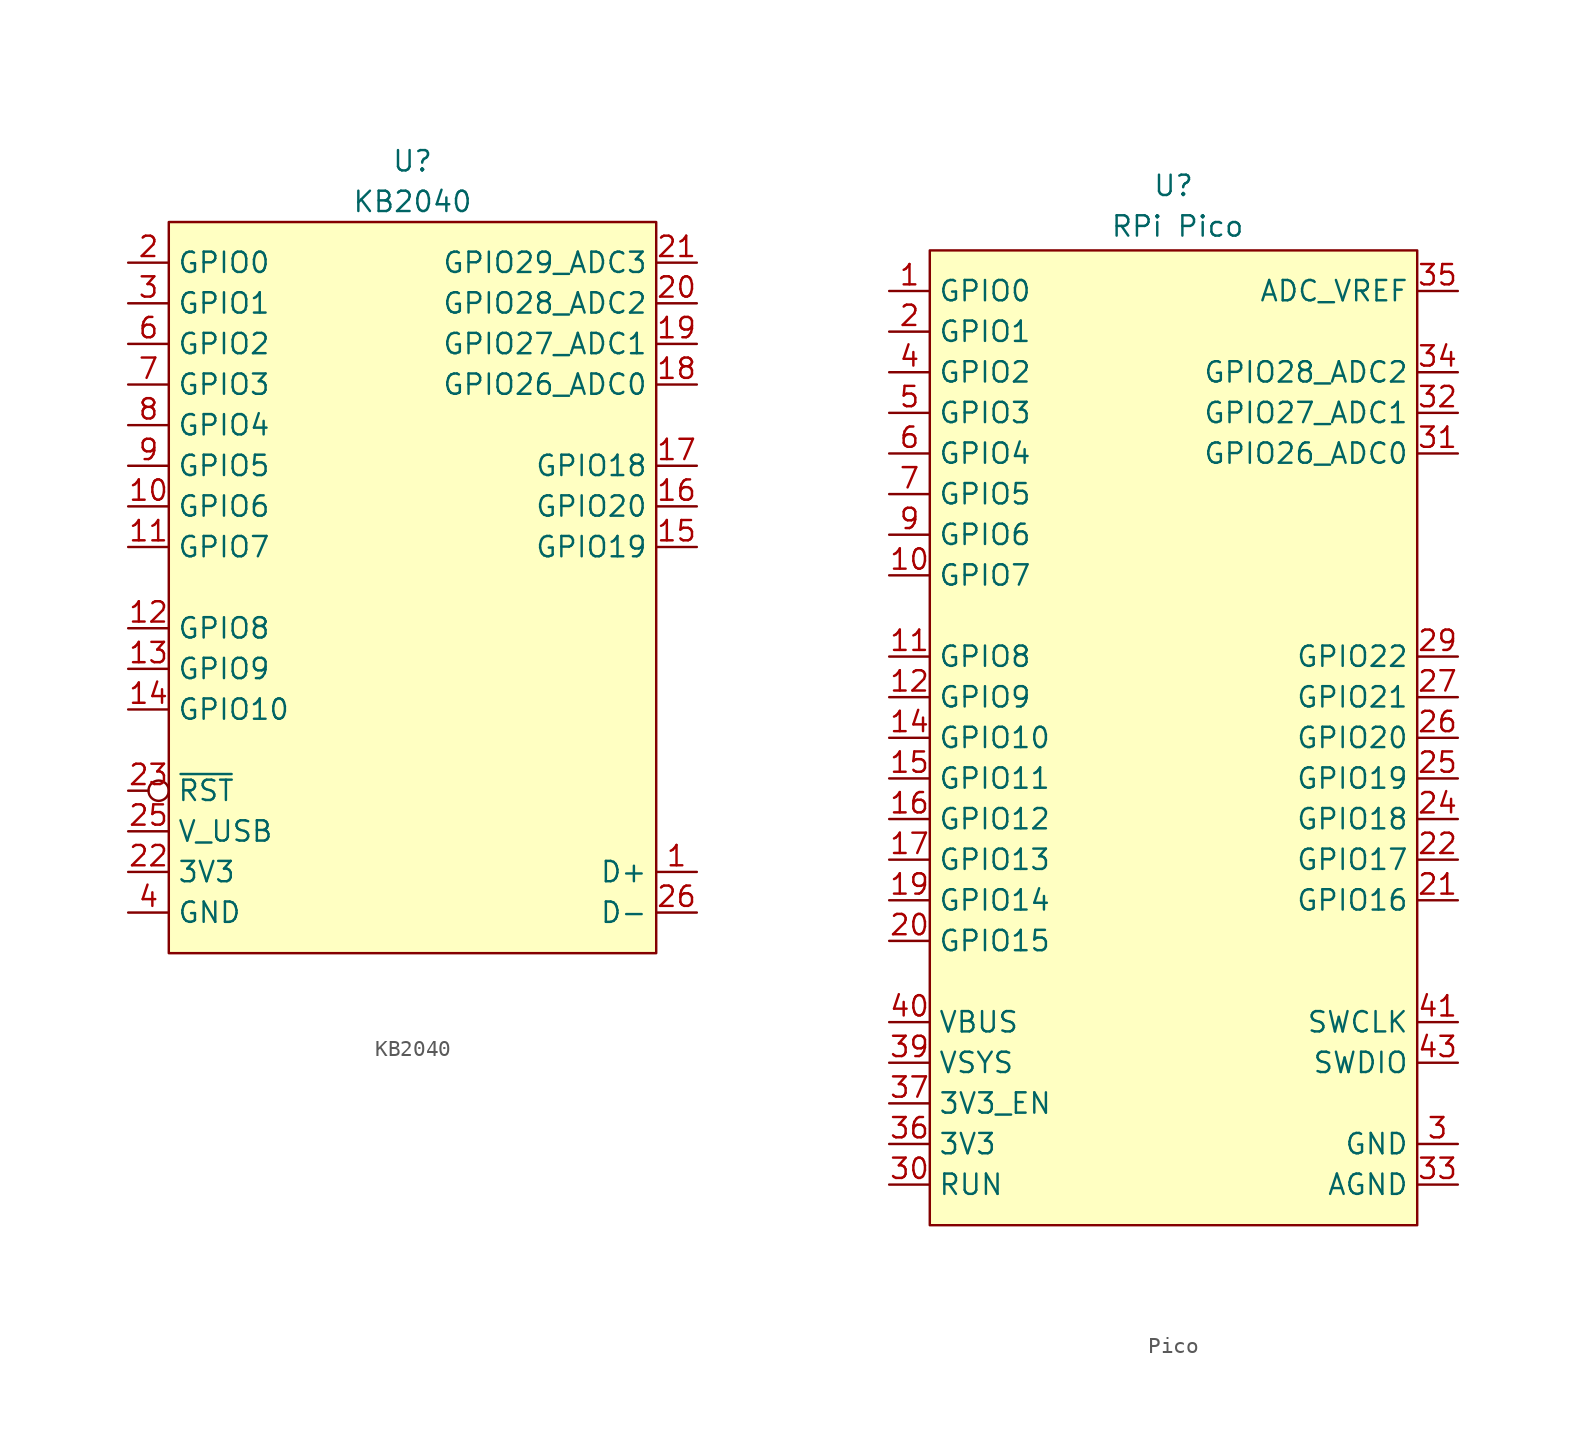
<source format=kicad_sym>
(kicad_symbol_lib
  (version 20231120)
  (generator "kicad_symbol_editor")
  (generator_version "8.0")
  (symbol "KB2040"
    (property "Reference" "U"
      (at 0 3.81 0)
      (effects (font (size 1.27 1.27))))
    (property "Value" "KB2040"
      (at 0 1.27 0)
      (effects (font (size 1.27 1.27))))
    (symbol "KB2040_0_1"
      (rectangle (start -15.24 0) (end 15.24 -45.72) (stroke (width 0) (type default)) (fill (type background))))
    (symbol "KB2040_1_1"
      (pin bidirectional line (at 17.78 -40.64 180) (length 2.54) (name "D+" (effects (font (size 1.27 1.27)))) (number "1" (effects (font (size 1.27 1.27)))))
      (pin bidirectional line (at -17.78 -17.78 0) (length 2.54) (name "GPIO6" (effects (font (size 1.27 1.27)))) (number "10" (effects (font (size 1.27 1.27)))))
      (pin bidirectional line (at -17.78 -20.32 0) (length 2.54) (name "GPIO7" (effects (font (size 1.27 1.27)))) (number "11" (effects (font (size 1.27 1.27)))))
      (pin bidirectional line (at -17.78 -25.4 0) (length 2.54) (name "GPIO8" (effects (font (size 1.27 1.27)))) (number "12" (effects (font (size 1.27 1.27)))))
      (pin bidirectional line (at -17.78 -27.94 0) (length 2.54) (name "GPIO9" (effects (font (size 1.27 1.27)))) (number "13" (effects (font (size 1.27 1.27)))))
      (pin bidirectional line (at -17.78 -30.48 0) (length 2.54) (name "GPIO10" (effects (font (size 1.27 1.27)))) (number "14" (effects (font (size 1.27 1.27)))))
      (pin bidirectional line (at 17.78 -20.32 180) (length 2.54) (name "GPIO19" (effects (font (size 1.27 1.27)))) (number "15" (effects (font (size 1.27 1.27)))))
      (pin bidirectional line (at 17.78 -17.78 180) (length 2.54) (name "GPIO20" (effects (font (size 1.27 1.27)))) (number "16" (effects (font (size 1.27 1.27)))))
      (pin bidirectional line (at 17.78 -15.24 180) (length 2.54) (name "GPIO18" (effects (font (size 1.27 1.27)))) (number "17" (effects (font (size 1.27 1.27)))))
      (pin bidirectional line (at 17.78 -10.16 180) (length 2.54) (name "GPIO26_ADC0" (effects (font (size 1.27 1.27)))) (number "18" (effects (font (size 1.27 1.27)))))
      (pin bidirectional line (at 17.78 -7.62 180) (length 2.54) (name "GPIO27_ADC1" (effects (font (size 1.27 1.27)))) (number "19" (effects (font (size 1.27 1.27)))))
      (pin bidirectional line (at -17.78 -2.54 0) (length 2.54) (name "GPIO0" (effects (font (size 1.27 1.27)))) (number "2" (effects (font (size 1.27 1.27)))))
      (pin bidirectional line (at 17.78 -5.08 180) (length 2.54) (name "GPIO28_ADC2" (effects (font (size 1.27 1.27)))) (number "20" (effects (font (size 1.27 1.27)))))
      (pin bidirectional line (at 17.78 -2.54 180) (length 2.54) (name "GPIO29_ADC3" (effects (font (size 1.27 1.27)))) (number "21" (effects (font (size 1.27 1.27)))))
      (pin power_in line (at -17.78 -40.64 0) (length 2.54) (name "3V3" (effects (font (size 1.27 1.27)))) (number "22" (effects (font (size 1.27 1.27)))))
      (pin input inverted (at -17.78 -35.56 0) (length 2.54) (name "~{RST}" (effects (font (size 1.27 1.27)))) (number "23" (effects (font (size 1.27 1.27)))))
      (pin passive line (at -17.78 -43.18 0) (length 2.54) hide (name "GND" (effects (font (size 1.27 1.27)))) (number "24" (effects (font (size 1.27 1.27)))))
      (pin power_out line (at -17.78 -38.1 0) (length 2.54) (name "V_USB" (effects (font (size 1.27 1.27)))) (number "25" (effects (font (size 1.27 1.27)))))
      (pin bidirectional line (at 17.78 -43.18 180) (length 2.54) (name "D-" (effects (font (size 1.27 1.27)))) (number "26" (effects (font (size 1.27 1.27)))))
      (pin bidirectional line (at -17.78 -5.08 0) (length 2.54) (name "GPIO1" (effects (font (size 1.27 1.27)))) (number "3" (effects (font (size 1.27 1.27)))))
      (pin power_in line (at -17.78 -43.18 0) (length 2.54) (name "GND" (effects (font (size 1.27 1.27)))) (number "4" (effects (font (size 1.27 1.27)))))
      (pin passive line (at -17.78 -43.18 0) (length 2.54) hide (name "GND" (effects (font (size 1.27 1.27)))) (number "5" (effects (font (size 1.27 1.27)))))
      (pin bidirectional line (at -17.78 -7.62 0) (length 2.54) (name "GPIO2" (effects (font (size 1.27 1.27)))) (number "6" (effects (font (size 1.27 1.27)))))
      (pin bidirectional line (at -17.78 -10.16 0) (length 2.54) (name "GPIO3" (effects (font (size 1.27 1.27)))) (number "7" (effects (font (size 1.27 1.27)))))
      (pin bidirectional line (at -17.78 -12.7 0) (length 2.54) (name "GPIO4" (effects (font (size 1.27 1.27)))) (number "8" (effects (font (size 1.27 1.27)))))
      (pin bidirectional line (at -17.78 -15.24 0) (length 2.54) (name "GPIO5" (effects (font (size 1.27 1.27)))) (number "9" (effects (font (size 1.27 1.27)))))))
  (symbol "Pico"
    (property "Reference" "U"
      (at 0 29.972 0)
      (effects (font (size 1.27 1.27)) (justify bottom)))
    (property "Value" "RPi Pico"
      (at 0.254 27.432 0)
      (effects (font (size 1.27 1.27)) (justify bottom)))
    (symbol "Pico_0_1"
      (rectangle (start -15.24 26.67) (end 15.24 -34.29) (stroke (width 0) (type default)) (fill (type background))))
    (symbol "Pico_1_1"
      (pin bidirectional line (at -17.78 24.13 0) (length 2.54) (name "GPIO0" (effects (font (size 1.27 1.27)))) (number "1" (effects (font (size 1.27 1.27)))))
      (pin bidirectional line (at -17.78 6.35 0) (length 2.54) (name "GPIO7" (effects (font (size 1.27 1.27)))) (number "10" (effects (font (size 1.27 1.27)))))
      (pin bidirectional line (at -17.78 1.27 0) (length 2.54) (name "GPIO8" (effects (font (size 1.27 1.27)))) (number "11" (effects (font (size 1.27 1.27)))))
      (pin bidirectional line (at -17.78 -1.27 0) (length 2.54) (name "GPIO9" (effects (font (size 1.27 1.27)))) (number "12" (effects (font (size 1.27 1.27)))))
      (pin passive line (at 17.78 -29.21 180) (length 2.54) hide (name "GND" (effects (font (size 1.27 1.27)))) (number "13" (effects (font (size 1.27 1.27)))))
      (pin bidirectional line (at -17.78 -3.81 0) (length 2.54) (name "GPIO10" (effects (font (size 1.27 1.27)))) (number "14" (effects (font (size 1.27 1.27)))))
      (pin bidirectional line (at -17.78 -6.35 0) (length 2.54) (name "GPIO11" (effects (font (size 1.27 1.27)))) (number "15" (effects (font (size 1.27 1.27)))))
      (pin bidirectional line (at -17.78 -8.89 0) (length 2.54) (name "GPIO12" (effects (font (size 1.27 1.27)))) (number "16" (effects (font (size 1.27 1.27)))))
      (pin bidirectional line (at -17.78 -11.43 0) (length 2.54) (name "GPIO13" (effects (font (size 1.27 1.27)))) (number "17" (effects (font (size 1.27 1.27)))))
      (pin passive line (at 17.78 -29.21 180) (length 2.54) hide (name "GND" (effects (font (size 1.27 1.27)))) (number "18" (effects (font (size 1.27 1.27)))))
      (pin bidirectional line (at -17.78 -13.97 0) (length 2.54) (name "GPIO14" (effects (font (size 1.27 1.27)))) (number "19" (effects (font (size 1.27 1.27)))))
      (pin bidirectional line (at -17.78 21.59 0) (length 2.54) (name "GPIO1" (effects (font (size 1.27 1.27)))) (number "2" (effects (font (size 1.27 1.27)))))
      (pin bidirectional line (at -17.78 -16.51 0) (length 2.54) (name "GPIO15" (effects (font (size 1.27 1.27)))) (number "20" (effects (font (size 1.27 1.27)))))
      (pin bidirectional line (at 17.78 -13.97 180) (length 2.54) (name "GPIO16" (effects (font (size 1.27 1.27)))) (number "21" (effects (font (size 1.27 1.27)))))
      (pin bidirectional line (at 17.78 -11.43 180) (length 2.54) (name "GPIO17" (effects (font (size 1.27 1.27)))) (number "22" (effects (font (size 1.27 1.27)))))
      (pin passive line (at 17.78 -29.21 180) (length 2.54) hide (name "GND" (effects (font (size 1.27 1.27)))) (number "23" (effects (font (size 1.27 1.27)))))
      (pin bidirectional line (at 17.78 -8.89 180) (length 2.54) (name "GPIO18" (effects (font (size 1.27 1.27)))) (number "24" (effects (font (size 1.27 1.27)))))
      (pin bidirectional line (at 17.78 -6.35 180) (length 2.54) (name "GPIO19" (effects (font (size 1.27 1.27)))) (number "25" (effects (font (size 1.27 1.27)))))
      (pin bidirectional line (at 17.78 -3.81 180) (length 2.54) (name "GPIO20" (effects (font (size 1.27 1.27)))) (number "26" (effects (font (size 1.27 1.27)))))
      (pin bidirectional line (at 17.78 -1.27 180) (length 2.54) (name "GPIO21" (effects (font (size 1.27 1.27)))) (number "27" (effects (font (size 1.27 1.27)))))
      (pin passive line (at 17.78 -29.21 180) (length 2.54) hide (name "GND" (effects (font (size 1.27 1.27)))) (number "28" (effects (font (size 1.27 1.27)))))
      (pin bidirectional line (at 17.78 1.27 180) (length 2.54) (name "GPIO22" (effects (font (size 1.27 1.27)))) (number "29" (effects (font (size 1.27 1.27)))))
      (pin passive line (at 17.78 -29.21 180) (length 2.54) (name "GND" (effects (font (size 1.27 1.27)))) (number "3" (effects (font (size 1.27 1.27)))))
      (pin input line (at -17.78 -31.75 0) (length 2.54) (name "RUN" (effects (font (size 1.27 1.27)))) (number "30" (effects (font (size 1.27 1.27)))))
      (pin bidirectional line (at 17.78 13.97 180) (length 2.54) (name "GPIO26_ADC0" (effects (font (size 1.27 1.27)))) (number "31" (effects (font (size 1.27 1.27)))))
      (pin bidirectional line (at 17.78 16.51 180) (length 2.54) (name "GPIO27_ADC1" (effects (font (size 1.27 1.27)))) (number "32" (effects (font (size 1.27 1.27)))))
      (pin passive line (at 17.78 -31.75 180) (length 2.54) (name "AGND" (effects (font (size 1.27 1.27)))) (number "33" (effects (font (size 1.27 1.27)))))
      (pin bidirectional line (at 17.78 19.05 180) (length 2.54) (name "GPIO28_ADC2" (effects (font (size 1.27 1.27)))) (number "34" (effects (font (size 1.27 1.27)))))
      (pin input line (at 17.78 24.13 180) (length 2.54) (name "ADC_VREF" (effects (font (size 1.27 1.27)))) (number "35" (effects (font (size 1.27 1.27)))))
      (pin power_in line (at -17.78 -29.21 0) (length 2.54) (name "3V3" (effects (font (size 1.27 1.27)))) (number "36" (effects (font (size 1.27 1.27)))))
      (pin input line (at -17.78 -26.67 0) (length 2.54) (name "3V3_EN" (effects (font (size 1.27 1.27)))) (number "37" (effects (font (size 1.27 1.27)))))
      (pin passive line (at 17.78 -29.21 180) (length 2.54) hide (name "GND" (effects (font (size 1.27 1.27)))) (number "38" (effects (font (size 1.27 1.27)))))
      (pin power_in line (at -17.78 -24.13 0) (length 2.54) (name "VSYS" (effects (font (size 1.27 1.27)))) (number "39" (effects (font (size 1.27 1.27)))))
      (pin bidirectional line (at -17.78 19.05 0) (length 2.54) (name "GPIO2" (effects (font (size 1.27 1.27)))) (number "4" (effects (font (size 1.27 1.27)))))
      (pin power_in line (at -17.78 -21.59 0) (length 2.54) (name "VBUS" (effects (font (size 1.27 1.27)))) (number "40" (effects (font (size 1.27 1.27)))))
      (pin input line (at 17.78 -21.59 180) (length 2.54) (name "SWCLK" (effects (font (size 1.27 1.27)))) (number "41" (effects (font (size 1.27 1.27)))))
      (pin passive line (at 17.78 -29.21 180) (length 2.54) hide (name "GND" (effects (font (size 1.27 1.27)))) (number "42" (effects (font (size 1.27 1.27)))))
      (pin bidirectional line (at 17.78 -24.13 180) (length 2.54) (name "SWDIO" (effects (font (size 1.27 1.27)))) (number "43" (effects (font (size 1.27 1.27)))))
      (pin bidirectional line (at -17.78 16.51 0) (length 2.54) (name "GPIO3" (effects (font (size 1.27 1.27)))) (number "5" (effects (font (size 1.27 1.27)))))
      (pin bidirectional line (at -17.78 13.97 0) (length 2.54) (name "GPIO4" (effects (font (size 1.27 1.27)))) (number "6" (effects (font (size 1.27 1.27)))))
      (pin bidirectional line (at -17.78 11.43 0) (length 2.54) (name "GPIO5" (effects (font (size 1.27 1.27)))) (number "7" (effects (font (size 1.27 1.27)))))
      (pin passive line (at 17.78 -29.21 180) (length 2.54) hide (name "GND" (effects (font (size 1.27 1.27)))) (number "8" (effects (font (size 1.27 1.27)))))
      (pin bidirectional line (at -17.78 8.89 0) (length 2.54) (name "GPIO6" (effects (font (size 1.27 1.27)))) (number "9" (effects (font (size 1.27 1.27))))))))
</source>
